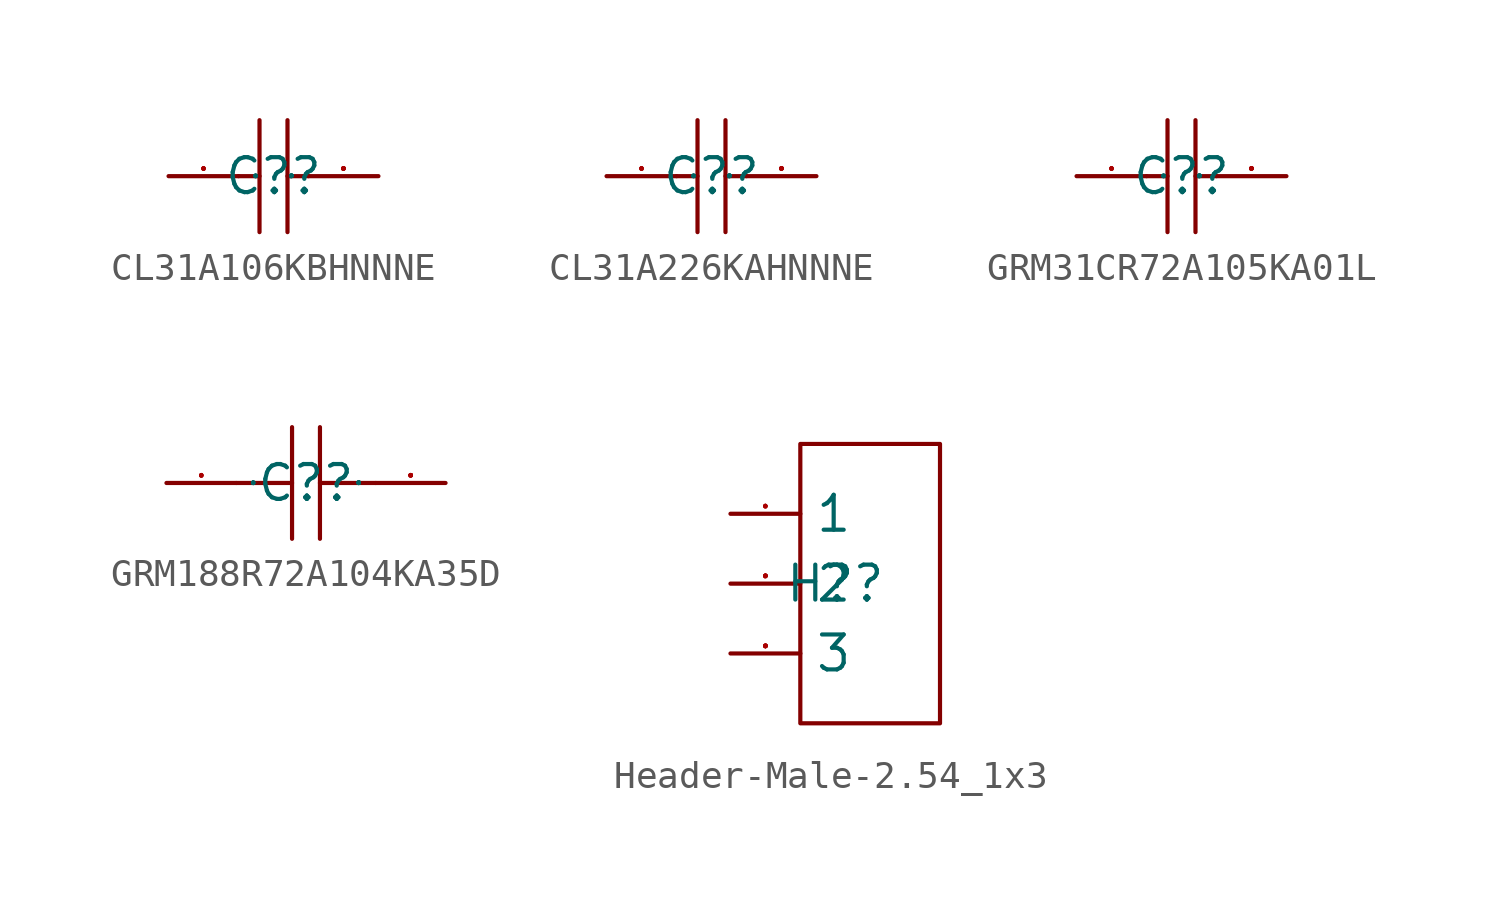
<source format=kicad_sym>
(kicad_symbol_lib
  (version 20231120)
  (generator "kicad_symbol_editor")
  (generator_version "8.0")
  (symbol "CL31A106KBHNNNE"
    (property "Reference" "C?"
      (at 0 0 0)
      (effects (font (size 1.27 1.27))))
    (property "Value" ""
      (at 0 0 0)
      (effects (font (size 1.27 1.27))))
    (symbol "CL31A106KBHNNNE_1_0"
      (polyline (pts (xy -1.27 0) (xy -0.508 0)) (stroke (width 0) (type default)) (fill (type none)))
      (polyline (pts (xy -0.508 2.032) (xy -0.508 -2.032)) (stroke (width 0) (type default)) (fill (type none)))
      (polyline (pts (xy 0.508 0) (xy 1.27 0)) (stroke (width 0) (type default)) (fill (type none)))
      (polyline (pts (xy 0.508 2.032) (xy 0.508 -2.032)) (stroke (width 0) (type default)) (fill (type none)))
      (pin input line (at -3.81 0 0) (length 2.54) (name "1" (effects (font (size 0.025 0.025)))) (number "1" (effects (font (size 0.025 0.025)))))
      (pin input line (at 3.81 0 180) (length 2.54) (name "2" (effects (font (size 0.025 0.025)))) (number "2" (effects (font (size 0.025 0.025)))))))
  (symbol "CL31A226KAHNNNE"
    (property "Reference" "C?"
      (at 0 0 0)
      (effects (font (size 1.27 1.27))))
    (property "Value" ""
      (at 0 0 0)
      (effects (font (size 1.27 1.27))))
    (symbol "CL31A226KAHNNNE_1_0"
      (polyline (pts (xy -1.27 0) (xy -0.508 0)) (stroke (width 0) (type default)) (fill (type none)))
      (polyline (pts (xy -0.508 2.032) (xy -0.508 -2.032)) (stroke (width 0) (type default)) (fill (type none)))
      (polyline (pts (xy 0.508 0) (xy 1.27 0)) (stroke (width 0) (type default)) (fill (type none)))
      (polyline (pts (xy 0.508 2.032) (xy 0.508 -2.032)) (stroke (width 0) (type default)) (fill (type none)))
      (pin input line (at -3.81 0 0) (length 2.54) (name "1" (effects (font (size 0.025 0.025)))) (number "1" (effects (font (size 0.025 0.025)))))
      (pin input line (at 3.81 0 180) (length 2.54) (name "2" (effects (font (size 0.025 0.025)))) (number "2" (effects (font (size 0.025 0.025)))))))
  (symbol "GRM31CR72A105KA01L"
    (property "Reference" "C?"
      (at 0 0 0)
      (effects (font (size 1.27 1.27))))
    (property "Value" ""
      (at 0 0 0)
      (effects (font (size 1.27 1.27))))
    (symbol "GRM31CR72A105KA01L_1_0"
      (polyline (pts (xy -1.27 0) (xy -0.508 0)) (stroke (width 0) (type default)) (fill (type none)))
      (polyline (pts (xy -0.508 2.032) (xy -0.508 -2.032)) (stroke (width 0) (type default)) (fill (type none)))
      (polyline (pts (xy 0.508 0) (xy 1.27 0)) (stroke (width 0) (type default)) (fill (type none)))
      (polyline (pts (xy 0.508 2.032) (xy 0.508 -2.032)) (stroke (width 0) (type default)) (fill (type none)))
      (pin input line (at -3.81 0 0) (length 2.54) (name "1" (effects (font (size 0.025 0.025)))) (number "1" (effects (font (size 0.025 0.025)))))
      (pin input line (at 3.81 0 180) (length 2.54) (name "2" (effects (font (size 0.025 0.025)))) (number "2" (effects (font (size 0.025 0.025)))))))
  (symbol "GRM188R72A104KA35D"
    (property "Reference" "C?"
      (at 0 0 0)
      (effects (font (size 1.27 1.27))))
    (property "Value" ""
      (at 0 0 0)
      (effects (font (size 1.27 1.27))))
    (symbol "GRM188R72A104KA35D_1_0"
      (polyline (pts (xy -0.508 -2.032) (xy -0.508 2.032)) (stroke (width 0) (type default)) (fill (type none)))
      (polyline (pts (xy -0.508 0) (xy -2.54 0)) (stroke (width 0) (type default)) (fill (type none)))
      (polyline (pts (xy 0.508 2.032) (xy 0.508 -2.032)) (stroke (width 0) (type default)) (fill (type none)))
      (polyline (pts (xy 2.54 0) (xy 0.508 0)) (stroke (width 0) (type default)) (fill (type none)))
      (pin input line (at -5.08 0 0) (length 2.54) (name "1" (effects (font (size 0.025 0.025)))) (number "1" (effects (font (size 0.025 0.025)))))
      (pin input line (at 5.08 0 180) (length 2.54) (name "2" (effects (font (size 0.025 0.025)))) (number "2" (effects (font (size 0.025 0.025)))))))
  (symbol "Header-Male-2.54_1x3"
    (property "Reference" "H?"
      (at 0 0 0)
      (effects (font (size 1.27 1.27))))
    (property "Value" ""
      (at 0 0 0)
      (effects (font (size 1.27 1.27))))
    (symbol "Header-Male-2.54_1x3_1_0"
      (rectangle (start -1.27 -5.08) (end 3.81 5.08) (stroke (width 0) (type default)) (fill (type none)))
      (pin input line (at -3.81 2.54 0) (length 2.54) (name "1" (effects (font (size 1.27 1.27)))) (number "1" (effects (font (size 0.025 0.025)))))
      (pin input line (at -3.81 0 0) (length 2.54) (name "2" (effects (font (size 1.27 1.27)))) (number "2" (effects (font (size 0.025 0.025)))))
      (pin input line (at -3.81 -2.54 0) (length 2.54) (name "3" (effects (font (size 1.27 1.27)))) (number "3" (effects (font (size 0.025 0.025))))))))
</source>
